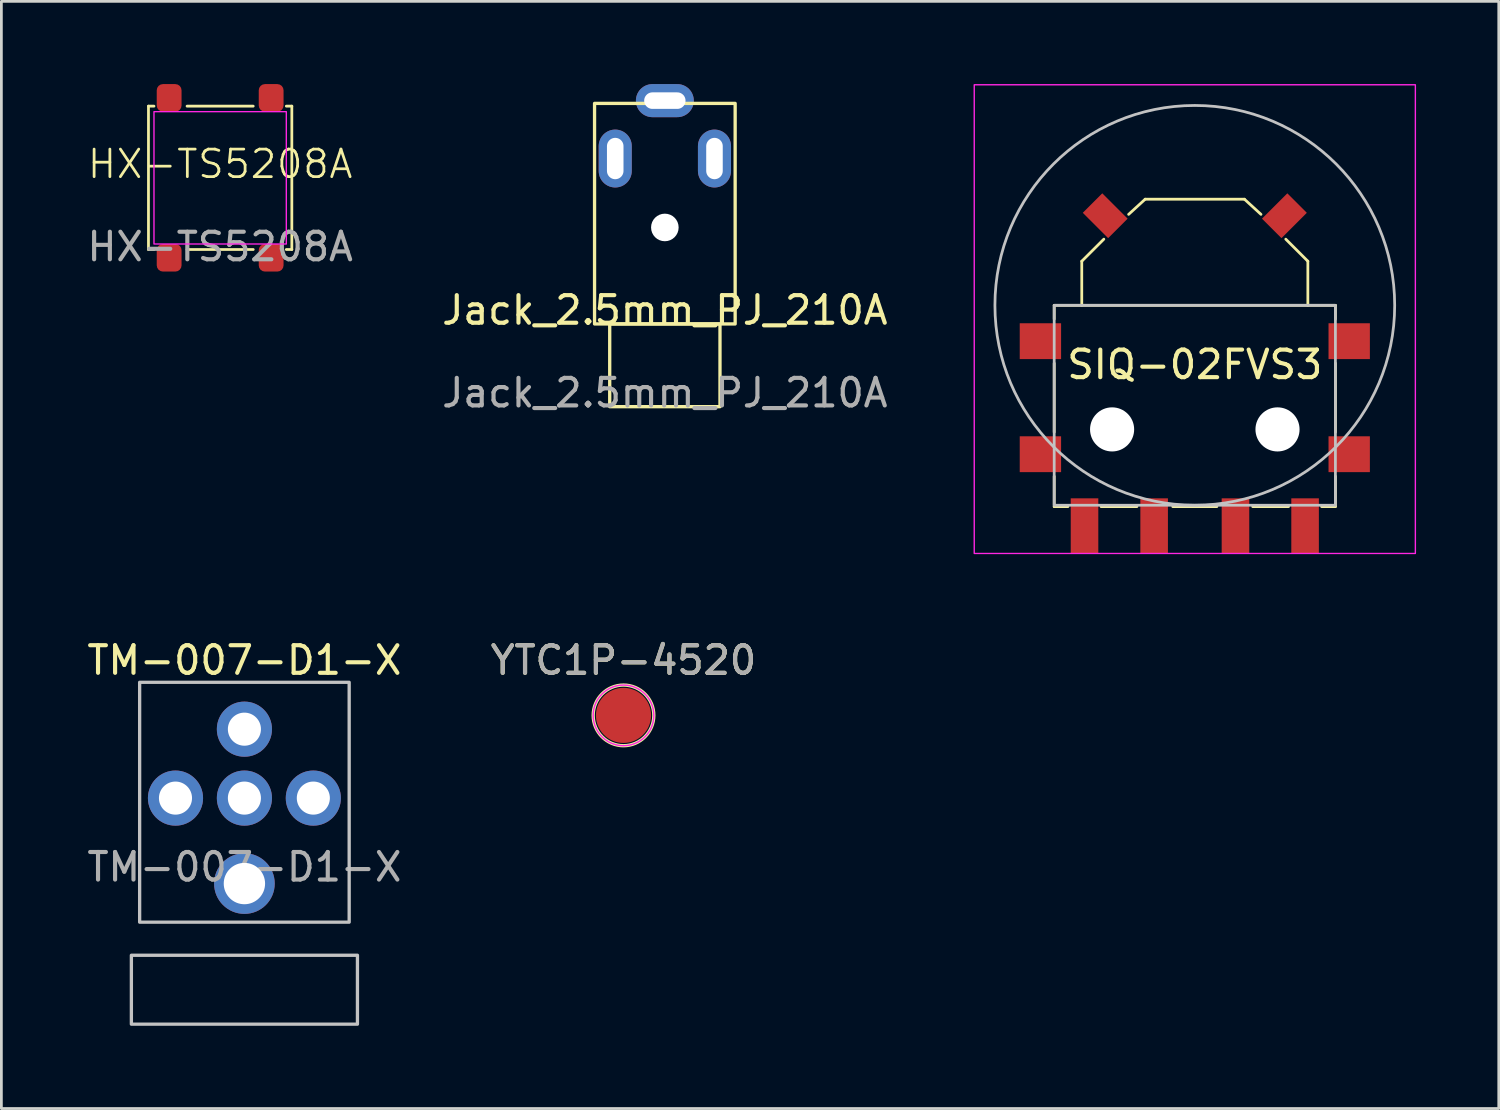
<source format=kicad_pcb>
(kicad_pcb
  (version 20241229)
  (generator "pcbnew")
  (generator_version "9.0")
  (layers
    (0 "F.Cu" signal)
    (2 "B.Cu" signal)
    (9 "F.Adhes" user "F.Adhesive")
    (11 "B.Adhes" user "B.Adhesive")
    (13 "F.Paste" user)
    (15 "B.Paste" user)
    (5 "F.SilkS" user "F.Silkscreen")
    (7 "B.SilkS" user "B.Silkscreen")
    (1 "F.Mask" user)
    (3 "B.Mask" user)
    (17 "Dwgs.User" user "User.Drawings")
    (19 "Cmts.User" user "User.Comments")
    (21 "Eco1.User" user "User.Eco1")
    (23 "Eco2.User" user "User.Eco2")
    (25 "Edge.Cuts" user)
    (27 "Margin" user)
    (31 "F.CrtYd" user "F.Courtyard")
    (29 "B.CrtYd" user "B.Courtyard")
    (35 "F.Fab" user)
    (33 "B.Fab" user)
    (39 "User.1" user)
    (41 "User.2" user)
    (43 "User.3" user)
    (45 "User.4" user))
  (footprint "SIQ-02FVS3"
    (layer "F.Cu")
    (at 40.287 8.025)
    (property "Reference" "SIQ-02FVS3" (at 0 2.15 0) (unlocked yes) (layer "F.SilkS") (effects (font (size 1 1) (thickness 0.15))))
    (attr smd)
    (fp_line (start -5.1 0) (end -5.1 0.5) (stroke (width 0.1) (type default)) (layer "F.SilkS"))
    (fp_line (start -5.1 2.1) (end -5.1 4.6) (stroke (width 0.1) (type default)) (layer "F.SilkS"))
    (fp_line (start -5.1 6.2) (end -5.1 7.3) (stroke (width 0.1) (type default)) (layer "F.SilkS"))
    (fp_line (start -5.1 7.3) (end -4.6 7.3) (stroke (width 0.1) (type default)) (layer "F.SilkS"))
    (fp_line (start -4.1 -1.6) (end -3.3 -2.4) (stroke (width 0.1) (type default)) (layer "F.SilkS"))
    (fp_line (start -4.1 0) (end -4.1 -1.6) (stroke (width 0.1) (type default)) (layer "F.SilkS"))
    (fp_line (start -3.4 7.3) (end -2.1 7.3) (stroke (width 0.1) (type default)) (layer "F.SilkS"))
    (fp_line (start -2.4 -3.3) (end -1.8 -3.85) (stroke (width 0.1) (type default)) (layer "F.SilkS"))
    (fp_line (start -1.8 -3.85) (end 1.8 -3.85) (stroke (width 0.1) (type default)) (layer "F.SilkS"))
    (fp_line (start -0.8 7.3) (end 0.8 7.3) (stroke (width 0.1) (type default)) (layer "F.SilkS"))
    (fp_line (start 1.8 -3.85) (end 2.4 -3.3) (stroke (width 0.1) (type default)) (layer "F.SilkS"))
    (fp_line (start 2.1 7.3) (end 3.4 7.3) (stroke (width 0.1) (type default)) (layer "F.SilkS"))
    (fp_line (start 4.1 -1.6) (end 3.3 -2.4) (stroke (width 0.1) (type default)) (layer "F.SilkS"))
    (fp_line (start 4.1 0) (end 4.1 -1.6) (stroke (width 0.1) (type default)) (layer "F.SilkS"))
    (fp_line (start 4.6 7.3) (end 5.1 7.3) (stroke (width 0.1) (type default)) (layer "F.SilkS"))
    (fp_line (start 5.1 0) (end -5.1 0) (stroke (width 0.1) (type default)) (layer "F.SilkS"))
    (fp_line (start 5.1 0.5) (end 5.1 0) (stroke (width 0.1) (type default)) (layer "F.SilkS"))
    (fp_line (start 5.1 4.6) (end 5.1 2.1) (stroke (width 0.1) (type default)) (layer "F.SilkS"))
    (fp_line (start 5.1 7.3) (end 5.1 6.2) (stroke (width 0.1) (type default)) (layer "F.SilkS"))
    (fp_rect (start -5.1 0) (end 5.1 7.25) (stroke (width 0.1) (type default)) (fill no) (layer "Dwgs.User"))
    (fp_circle (center 0 0) (end 7.25 0) (stroke (width 0.1) (type default)) (fill no) (layer "Dwgs.User"))
    (fp_rect (start -8 -8) (end 8 9) (stroke (width 0.05) (type default)) (fill no) (layer "F.CrtYd"))
    (pad "" np_thru_hole circle (at -3 4.5 135) (size 1.6 1.6) (drill 1.6) (layers "*.Cu" "*.Mask"))
    (pad "" np_thru_hole circle (at 3 4.5 135) (size 1.6 1.6) (drill 1.6) (layers "*.Cu" "*.Mask"))
    (pad "A" smd rect (at -4 8) (size 1 2) (layers "F.Cu" "F.Mask" "F.Paste"))
    (pad "B" smd rect (at 4 8) (size 1 2) (layers "F.Cu" "F.Mask" "F.Paste"))
    (pad "C" smd rect (at 1.475 8) (size 1 2) (layers "F.Cu" "F.Mask" "F.Paste"))
    (pad "MP" smd rect (at -5.6 1.3) (size 1.5 1.3) (layers "F.Cu" "F.Mask" "F.Paste"))
    (pad "MP" smd rect (at -5.6 5.4) (size 1.5 1.3) (layers "F.Cu" "F.Mask" "F.Paste"))
    (pad "MP" smd rect (at -3.25 -3.25 45) (size 1 1.3) (layers "F.Cu" "F.Mask" "F.Paste"))
    (pad "MP" smd rect (at 3.25 -3.25 135) (size 1 1.3) (layers "F.Cu" "F.Mask" "F.Paste"))
    (pad "MP" smd rect (at 5.6 1.3) (size 1.5 1.3) (layers "F.Cu" "F.Mask" "F.Paste"))
    (pad "MP" smd rect (at 5.6 5.4) (size 1.5 1.3) (layers "F.Cu" "F.Mask" "F.Paste"))
    (pad "S" smd rect (at -1.475 8) (size 1 2) (layers "F.Cu" "F.Mask" "F.Paste")))
  (footprint "YTC1P-4520"
    (layer "F.Cu")
    (at 19.565 22.898)
    (property "Reference" "YTC1P-4520" (at 0 -1.998 0) (layer "F.SilkS") (effects (font (size 1 1) (thickness 0.15))))
    (attr exclude_from_pos_files exclude_from_bom)
    (fp_circle (center 0 0) (end 0 1.1) (stroke (width 0.12) (type solid)) (fill no) (layer "F.SilkS"))
    (fp_circle (center 0 0) (end 1.1 0) (stroke (width 0.05) (type solid)) (fill no) (layer "F.CrtYd"))
    (fp_text user "${REFERENCE}" (at 0 -2 0) (layer "F.Fab") (effects (font (size 1 1) (thickness 0.15))))
    (pad "1" smd circle (at 0 0) (size 2 2) (layers "F.Cu" "F.Mask")))
  (footprint "Jack_2.5mm_PJ_210A"
    (layer "F.Cu")
    (at 21.065 8.7)
    (property "Reference" "Jack_2.5mm_PJ_210A" (at 0 -0.5 0) (unlocked yes) (layer "F.SilkS") (effects (font (size 1 1) (thickness 0.15))))
    (attr through_hole)
    (fp_rect (start -2.55 -8) (end 2.55 0) (stroke (width 0.12) (type solid)) (fill no) (layer "F.SilkS"))
    (fp_rect (start -2 0) (end 2 3) (stroke (width 0.12) (type solid)) (fill no) (layer "F.SilkS"))
    (fp_text user "${REFERENCE}" (at 0 2.5 0) (unlocked yes) (layer "F.Fab") (effects (font (size 1 1) (thickness 0.15))))
    (pad "" np_thru_hole circle (at 0 -3.5) (size 1 1) (drill 1) (layers "*.Cu" "*.Mask"))
    (pad "S" thru_hole oval (at -1.8 -6) (size 1.2 2.1) (drill oval 0.6 1.5) (layers "*.Cu" "*.Mask"))
    (pad "S" thru_hole oval (at 1.8 -6) (size 1.2 2.1) (drill oval 0.6 1.5) (layers "*.Cu" "*.Mask"))
    (pad "T" thru_hole oval (at 0 -8.1 270) (size 1.2 2.1) (drill oval 0.6 1.5) (layers "*.Cu" "*.Mask")))
  (footprint "HX-TS5208A"
    (layer "F.Cu")
    (at 4.935 3.4)
    (property "Reference" "HX-TS5208A" (at 0 -0.5 0) (unlocked yes) (layer "F.SilkS") (effects (font (size 1 1) (thickness 0.1))))
    (attr smd)
    (fp_line (start -2.6 -2.6) (end -2.6 2.6) (stroke (width 0.1) (type default)) (layer "F.SilkS"))
    (fp_line (start -2.6 2.6) (end -2.4 2.6) (stroke (width 0.1) (type default)) (layer "F.SilkS"))
    (fp_line (start -2.4 -2.6) (end -2.6 -2.6) (stroke (width 0.1) (type default)) (layer "F.SilkS"))
    (fp_line (start -1.2 -2.6) (end 1.2 -2.6) (stroke (width 0.1) (type default)) (layer "F.SilkS"))
    (fp_line (start -1.2 2.6) (end 1.2 2.6) (stroke (width 0.1) (type default)) (layer "F.SilkS"))
    (fp_line (start 2.4 2.6) (end 2.6 2.6) (stroke (width 0.1) (type default)) (layer "F.SilkS"))
    (fp_line (start 2.6 -2.6) (end 2.4 -2.6) (stroke (width 0.1) (type default)) (layer "F.SilkS"))
    (fp_line (start 2.6 2.6) (end 2.6 -2.6) (stroke (width 0.1) (type default)) (layer "F.SilkS"))
    (fp_rect (start -2.4 -2.4) (end 2.4 2.4) (stroke (width 0.05) (type default)) (fill no) (layer "F.CrtYd"))
    (fp_text user "${REFERENCE}" (at 0 2.5 0) (unlocked yes) (layer "F.Fab") (effects (font (size 1 1) (thickness 0.15))))
    (pad "1" smd roundrect (at -1.85 -2.9) (size 0.9 1) (layers "F.Cu" "F.Mask" "F.Paste") (roundrect_rratio 0.25))
    (pad "1" smd roundrect (at -1.85 2.9) (size 0.9 1) (layers "F.Cu" "F.Mask" "F.Paste") (roundrect_rratio 0.25))
    (pad "2" smd roundrect (at 1.85 -2.9) (size 0.9 1) (layers "F.Cu" "F.Mask" "F.Paste") (roundrect_rratio 0.25))
    (pad "2" smd roundrect (at 1.85 2.9) (size 0.9 1) (layers "F.Cu" "F.Mask" "F.Paste") (roundrect_rratio 0.25)))
  (footprint "TM-007-D1-X"
    (layer "F.Cu")
    (at 5.815 25.898)
    (property "Reference" "TM-007-D1-X" (at 0 -5 0) (unlocked yes) (layer "F.SilkS") (effects (font (size 1 1) (thickness 0.15))))
    (attr through_hole)
    (fp_rect (start -4.1 8.2) (end 4.1 5.7) (stroke (width 0.12) (type solid)) (fill no) (layer "Dwgs.User"))
    (fp_rect (start -3.8 -4.2) (end 3.8 4.5) (stroke (width 0.12) (type solid)) (fill no) (layer "Dwgs.User"))
    (fp_text user "${REFERENCE}" (at 0 2.5 0) (unlocked yes) (layer "F.Fab") (effects (font (size 1 1) (thickness 0.15))))
    (pad "1" thru_hole circle (at -2.5 0) (size 2 2) (drill 1.2) (layers "*.Cu" "*.Mask"))
    (pad "2" thru_hole circle (at 2.5 0) (size 2 2) (drill 1.2) (layers "*.Cu" "*.Mask"))
    (pad "3" thru_hole circle (at 0 -2.5) (size 2 2) (drill 1.2) (layers "*.Cu" "*.Mask"))
    (pad "4" thru_hole circle (at 0 0) (size 2 2) (drill 1.2) (layers "*.Cu" "*.Mask"))
    (pad "5" thru_hole circle (at 0 3.1) (size 2.2 2.2) (drill 1.5) (layers "*.Cu" "*.Mask")))
  (gr_rect
    (start -3 -3)
    (end 51.312 37.158)
    (stroke (width 0.1) (type default))
    (fill no)
    (layer "Edge.Cuts")))
</source>
